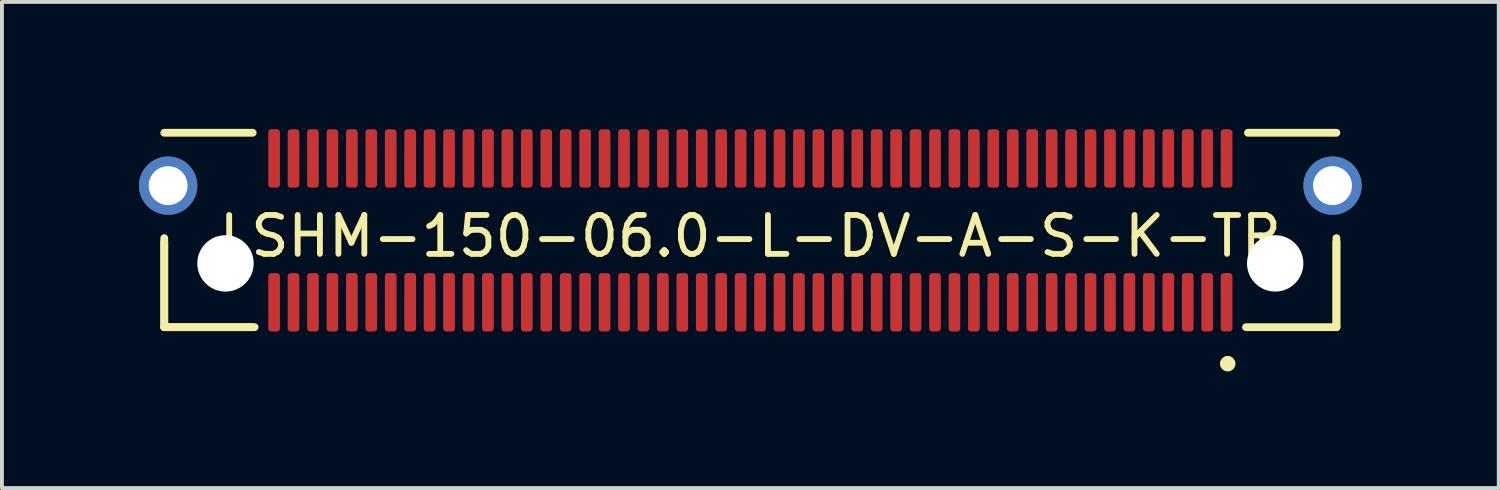
<source format=kicad_pcb>
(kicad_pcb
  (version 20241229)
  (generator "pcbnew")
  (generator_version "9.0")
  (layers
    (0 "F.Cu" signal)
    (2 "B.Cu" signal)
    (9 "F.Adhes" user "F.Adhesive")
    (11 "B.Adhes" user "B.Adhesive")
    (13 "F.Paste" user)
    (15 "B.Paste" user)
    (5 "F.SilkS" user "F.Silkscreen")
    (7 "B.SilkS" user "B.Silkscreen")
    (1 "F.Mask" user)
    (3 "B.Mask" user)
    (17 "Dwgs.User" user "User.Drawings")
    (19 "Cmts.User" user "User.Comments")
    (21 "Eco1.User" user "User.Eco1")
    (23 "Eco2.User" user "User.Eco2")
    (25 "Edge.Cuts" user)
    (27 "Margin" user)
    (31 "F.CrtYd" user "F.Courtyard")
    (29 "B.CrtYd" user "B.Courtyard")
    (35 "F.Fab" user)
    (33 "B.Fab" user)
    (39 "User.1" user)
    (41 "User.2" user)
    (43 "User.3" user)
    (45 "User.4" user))
  (footprint "LSHM-150-06.0-L-DV-A-S-K-TR"
    (layer "F.Cu")
    (at 16.25 3.025)
    (property "Reference" "LSHM-150-06.0-L-DV-A-S-K-TR" (at 0 0 0) (unlocked yes) (layer "F.SilkS") (effects (font (size 1 1) (thickness 0.15))))
    (attr smd)
    (fp_line (start -15.075 0.15) (end -15.075 2.34) (stroke (width 0.2) (type solid)) (layer "F.SilkS"))
    (fp_line (start -15.075 2.34) (end -15.075 0.05) (stroke (width 0.2) (type solid)) (layer "F.SilkS"))
    (fp_line (start -15.075 2.34) (end -12.8 2.34) (stroke (width 0.2) (type solid)) (layer "F.SilkS"))
    (fp_line (start -15.075 2.34) (end -12.75 2.34) (stroke (width 0.2) (type solid)) (layer "F.SilkS"))
    (fp_line (start -12.8 -2.66) (end -15.075 -2.66) (stroke (width 0.2) (type solid)) (layer "F.SilkS"))
    (fp_line (start 12.75 2.34) (end 15.075 2.34) (stroke (width 0.2) (type solid)) (layer "F.SilkS"))
    (fp_line (start 12.8 -2.66) (end 15.075 -2.66) (stroke (width 0.2) (type solid)) (layer "F.SilkS"))
    (fp_line (start 15.075 0.15) (end 15.075 2.34) (stroke (width 0.2) (type solid)) (layer "F.SilkS"))
    (fp_line (start 15.075 2.34) (end 15.075 0.05) (stroke (width 0.2) (type solid)) (layer "F.SilkS"))
    (fp_circle (center 12.279 3.279) (end 12.379 3.279) (stroke (width 0.2) (type solid)) (fill no) (layer "F.SilkS"))
    (fp_circle (center -14.975 -1.3) (end -14.475 -1.3) (stroke (width 1) (type solid)) (fill no) (layer "F.Paste"))
    (fp_circle (center 14.975 -1.3) (end 15.475 -1.3) (stroke (width 1) (type solid)) (fill no) (layer "F.Paste"))
    (fp_line (start -16.225 -3) (end -16.225 2.7) (stroke (width 0.05) (type solid)) (layer "Eco1.User"))
    (fp_line (start -16.225 2.7) (end 16.225 2.7) (stroke (width 0.05) (type solid)) (layer "Eco1.User"))
    (fp_line (start 16.225 -3) (end -16.225 -3) (stroke (width 0.05) (type solid)) (layer "Eco1.User"))
    (fp_line (start 16.225 2.7) (end 16.225 -3) (stroke (width 0.05) (type solid)) (layer "Eco1.User"))
    (fp_line (start -15.075 -2.64) (end -15.075 2.34) (stroke (width 0.1) (type solid)) (layer "Eco2.User"))
    (fp_line (start -15.075 2.34) (end 15.075 2.34) (stroke (width 0.1) (type solid)) (layer "Eco2.User"))
    (fp_line (start 15.075 -2.64) (end -15.075 -2.64) (stroke (width 0.1) (type solid)) (layer "Eco2.User"))
    (fp_line (start 15.075 2.34) (end 15.075 -2.64) (stroke (width 0.1) (type solid)) (layer "Eco2.User"))
    (fp_circle (center 12.279 3.279) (end 12.379 3.279) (stroke (width 0.2) (type solid)) (fill no) (layer "Eco2.User"))
    (pad "" np_thru_hole circle (at -13.5 0.7) (size 1.45 1.45) (drill 1.45) (layers "*.Cu" "*.Mask"))
    (pad "" np_thru_hole circle (at 13.5 0.7) (size 1.45 1.45) (drill 1.45) (layers "*.Cu" "*.Mask"))
    (pad "1" smd roundrect (at 12.25 1.7) (size 0.3 1.5) (layers "F.Cu" "F.Paste") (roundrect_rratio 0.25))
    (pad "2" smd roundrect (at 12.25 -2) (size 0.3 1.5) (layers "F.Cu" "F.Paste") (roundrect_rratio 0.25))
    (pad "3" smd roundrect (at 11.75 1.7) (size 0.3 1.5) (layers "F.Cu" "F.Paste") (roundrect_rratio 0.25))
    (pad "4" smd roundrect (at 11.75 -2) (size 0.3 1.5) (layers "F.Cu" "F.Paste") (roundrect_rratio 0.25))
    (pad "5" smd roundrect (at 11.25 1.7) (size 0.3 1.5) (layers "F.Cu" "F.Paste") (roundrect_rratio 0.25))
    (pad "6" smd roundrect (at 11.25 -2) (size 0.3 1.5) (layers "F.Cu" "F.Paste") (roundrect_rratio 0.25))
    (pad "7" smd roundrect (at 10.75 1.7) (size 0.3 1.5) (layers "F.Cu" "F.Paste") (roundrect_rratio 0.25))
    (pad "8" smd roundrect (at 10.75 -2) (size 0.3 1.5) (layers "F.Cu" "F.Paste") (roundrect_rratio 0.25))
    (pad "9" smd roundrect (at 10.25 1.7) (size 0.3 1.5) (layers "F.Cu" "F.Paste") (roundrect_rratio 0.25))
    (pad "10" smd roundrect (at 10.25 -2) (size 0.3 1.5) (layers "F.Cu" "F.Paste") (roundrect_rratio 0.25))
    (pad "11" smd roundrect (at 9.75 1.7) (size 0.3 1.5) (layers "F.Cu" "F.Paste") (roundrect_rratio 0.25))
    (pad "12" smd roundrect (at 9.75 -2) (size 0.3 1.5) (layers "F.Cu" "F.Paste") (roundrect_rratio 0.25))
    (pad "13" smd roundrect (at 9.25 1.7) (size 0.3 1.5) (layers "F.Cu" "F.Paste") (roundrect_rratio 0.25))
    (pad "14" smd roundrect (at 9.25 -2) (size 0.3 1.5) (layers "F.Cu" "F.Paste") (roundrect_rratio 0.25))
    (pad "15" smd roundrect (at 8.75 1.7) (size 0.3 1.5) (layers "F.Cu" "F.Paste") (roundrect_rratio 0.25))
    (pad "16" smd roundrect (at 8.75 -2) (size 0.3 1.5) (layers "F.Cu" "F.Paste") (roundrect_rratio 0.25))
    (pad "17" smd roundrect (at 8.25 1.7) (size 0.3 1.5) (layers "F.Cu" "F.Paste") (roundrect_rratio 0.25))
    (pad "18" smd roundrect (at 8.25 -2) (size 0.3 1.5) (layers "F.Cu" "F.Paste") (roundrect_rratio 0.25))
    (pad "19" smd roundrect (at 7.75 1.7) (size 0.3 1.5) (layers "F.Cu" "F.Paste") (roundrect_rratio 0.25))
    (pad "20" smd roundrect (at 7.75 -2) (size 0.3 1.5) (layers "F.Cu" "F.Paste") (roundrect_rratio 0.25))
    (pad "21" smd roundrect (at 7.25 1.7) (size 0.3 1.5) (layers "F.Cu" "F.Paste") (roundrect_rratio 0.25))
    (pad "22" smd roundrect (at 7.25 -2) (size 0.3 1.5) (layers "F.Cu" "F.Paste") (roundrect_rratio 0.25))
    (pad "23" smd roundrect (at 6.75 1.7) (size 0.3 1.5) (layers "F.Cu" "F.Paste") (roundrect_rratio 0.25))
    (pad "24" smd roundrect (at 6.75 -2) (size 0.3 1.5) (layers "F.Cu" "F.Paste") (roundrect_rratio 0.25))
    (pad "25" smd roundrect (at 6.25 1.7) (size 0.3 1.5) (layers "F.Cu" "F.Paste") (roundrect_rratio 0.25))
    (pad "26" smd roundrect (at 6.25 -2) (size 0.3 1.5) (layers "F.Cu" "F.Paste") (roundrect_rratio 0.25))
    (pad "27" smd roundrect (at 5.75 1.7) (size 0.3 1.5) (layers "F.Cu" "F.Paste") (roundrect_rratio 0.25))
    (pad "28" smd roundrect (at 5.75 -2) (size 0.3 1.5) (layers "F.Cu" "F.Paste") (roundrect_rratio 0.25))
    (pad "29" smd roundrect (at 5.25 1.7) (size 0.3 1.5) (layers "F.Cu" "F.Paste") (roundrect_rratio 0.25))
    (pad "30" smd roundrect (at 5.25 -2) (size 0.3 1.5) (layers "F.Cu" "F.Paste") (roundrect_rratio 0.25))
    (pad "31" smd roundrect (at 4.75 1.7) (size 0.3 1.5) (layers "F.Cu" "F.Paste") (roundrect_rratio 0.25))
    (pad "32" smd roundrect (at 4.75 -2) (size 0.3 1.5) (layers "F.Cu" "F.Paste") (roundrect_rratio 0.25))
    (pad "33" smd roundrect (at 4.25 1.7) (size 0.3 1.5) (layers "F.Cu" "F.Paste") (roundrect_rratio 0.25))
    (pad "34" smd roundrect (at 4.25 -2) (size 0.3 1.5) (layers "F.Cu" "F.Paste") (roundrect_rratio 0.25))
    (pad "35" smd roundrect (at 3.75 1.7) (size 0.3 1.5) (layers "F.Cu" "F.Paste") (roundrect_rratio 0.25))
    (pad "36" smd roundrect (at 3.75 -2) (size 0.3 1.5) (layers "F.Cu" "F.Paste") (roundrect_rratio 0.25))
    (pad "37" smd roundrect (at 3.25 1.7) (size 0.3 1.5) (layers "F.Cu" "F.Paste") (roundrect_rratio 0.25))
    (pad "38" smd roundrect (at 3.25 -2) (size 0.3 1.5) (layers "F.Cu" "F.Paste") (roundrect_rratio 0.25))
    (pad "39" smd roundrect (at 2.75 1.7) (size 0.3 1.5) (layers "F.Cu" "F.Paste") (roundrect_rratio 0.25))
    (pad "40" smd roundrect (at 2.75 -2) (size 0.3 1.5) (layers "F.Cu" "F.Paste") (roundrect_rratio 0.25))
    (pad "41" smd roundrect (at 2.25 1.7) (size 0.3 1.5) (layers "F.Cu" "F.Paste") (roundrect_rratio 0.25))
    (pad "42" smd roundrect (at 2.25 -2) (size 0.3 1.5) (layers "F.Cu" "F.Paste") (roundrect_rratio 0.25))
    (pad "43" smd roundrect (at 1.75 1.7) (size 0.3 1.5) (layers "F.Cu" "F.Paste") (roundrect_rratio 0.25))
    (pad "44" smd roundrect (at 1.75 -2) (size 0.3 1.5) (layers "F.Cu" "F.Paste") (roundrect_rratio 0.25))
    (pad "45" smd roundrect (at 1.25 1.7) (size 0.3 1.5) (layers "F.Cu" "F.Paste") (roundrect_rratio 0.25))
    (pad "46" smd roundrect (at 1.25 -2) (size 0.3 1.5) (layers "F.Cu" "F.Paste") (roundrect_rratio 0.25))
    (pad "47" smd roundrect (at 0.75 1.7) (size 0.3 1.5) (layers "F.Cu" "F.Paste") (roundrect_rratio 0.25))
    (pad "48" smd roundrect (at 0.75 -2) (size 0.3 1.5) (layers "F.Cu" "F.Paste") (roundrect_rratio 0.25))
    (pad "49" smd roundrect (at 0.25 1.7) (size 0.3 1.5) (layers "F.Cu" "F.Paste") (roundrect_rratio 0.25))
    (pad "50" smd roundrect (at 0.25 -2) (size 0.3 1.5) (layers "F.Cu" "F.Paste") (roundrect_rratio 0.25))
    (pad "51" smd roundrect (at -0.25 1.7) (size 0.3 1.5) (layers "F.Cu" "F.Paste") (roundrect_rratio 0.25))
    (pad "52" smd roundrect (at -0.25 -2) (size 0.3 1.5) (layers "F.Cu" "F.Paste") (roundrect_rratio 0.25))
    (pad "53" smd roundrect (at -0.75 1.7) (size 0.3 1.5) (layers "F.Cu" "F.Paste") (roundrect_rratio 0.25))
    (pad "54" smd roundrect (at -0.75 -2) (size 0.3 1.5) (layers "F.Cu" "F.Paste") (roundrect_rratio 0.25))
    (pad "55" smd roundrect (at -1.25 1.7) (size 0.3 1.5) (layers "F.Cu" "F.Paste") (roundrect_rratio 0.25))
    (pad "56" smd roundrect (at -1.25 -2) (size 0.3 1.5) (layers "F.Cu" "F.Paste") (roundrect_rratio 0.25))
    (pad "57" smd roundrect (at -1.75 1.7) (size 0.3 1.5) (layers "F.Cu" "F.Paste") (roundrect_rratio 0.25))
    (pad "58" smd roundrect (at -1.75 -2) (size 0.3 1.5) (layers "F.Cu" "F.Paste") (roundrect_rratio 0.25))
    (pad "59" smd roundrect (at -2.25 1.7) (size 0.3 1.5) (layers "F.Cu" "F.Paste") (roundrect_rratio 0.25))
    (pad "60" smd roundrect (at -2.25 -2) (size 0.3 1.5) (layers "F.Cu" "F.Paste") (roundrect_rratio 0.25))
    (pad "61" smd roundrect (at -2.75 1.7) (size 0.3 1.5) (layers "F.Cu" "F.Paste") (roundrect_rratio 0.25))
    (pad "62" smd roundrect (at -2.75 -2) (size 0.3 1.5) (layers "F.Cu" "F.Paste") (roundrect_rratio 0.25))
    (pad "63" smd roundrect (at -3.25 1.7) (size 0.3 1.5) (layers "F.Cu" "F.Paste") (roundrect_rratio 0.25))
    (pad "64" smd roundrect (at -3.25 -2) (size 0.3 1.5) (layers "F.Cu" "F.Paste") (roundrect_rratio 0.25))
    (pad "65" smd roundrect (at -3.75 1.7) (size 0.3 1.5) (layers "F.Cu" "F.Paste") (roundrect_rratio 0.25))
    (pad "66" smd roundrect (at -3.75 -2) (size 0.3 1.5) (layers "F.Cu" "F.Paste") (roundrect_rratio 0.25))
    (pad "67" smd roundrect (at -4.25 1.7) (size 0.3 1.5) (layers "F.Cu" "F.Paste") (roundrect_rratio 0.25))
    (pad "68" smd roundrect (at -4.25 -2) (size 0.3 1.5) (layers "F.Cu" "F.Paste") (roundrect_rratio 0.25))
    (pad "69" smd roundrect (at -4.75 1.7) (size 0.3 1.5) (layers "F.Cu" "F.Paste") (roundrect_rratio 0.25))
    (pad "70" smd roundrect (at -4.75 -2) (size 0.3 1.5) (layers "F.Cu" "F.Paste") (roundrect_rratio 0.25))
    (pad "71" smd roundrect (at -5.25 1.7) (size 0.3 1.5) (layers "F.Cu" "F.Paste") (roundrect_rratio 0.25))
    (pad "72" smd roundrect (at -5.25 -2) (size 0.3 1.5) (layers "F.Cu" "F.Paste") (roundrect_rratio 0.25))
    (pad "73" smd roundrect (at -5.75 1.7) (size 0.3 1.5) (layers "F.Cu" "F.Paste") (roundrect_rratio 0.25))
    (pad "74" smd roundrect (at -5.75 -2) (size 0.3 1.5) (layers "F.Cu" "F.Paste") (roundrect_rratio 0.25))
    (pad "75" smd roundrect (at -6.25 1.7) (size 0.3 1.5) (layers "F.Cu" "F.Paste") (roundrect_rratio 0.25))
    (pad "76" smd roundrect (at -6.25 -2) (size 0.3 1.5) (layers "F.Cu" "F.Paste") (roundrect_rratio 0.25))
    (pad "77" smd roundrect (at -6.75 1.7) (size 0.3 1.5) (layers "F.Cu" "F.Paste") (roundrect_rratio 0.25))
    (pad "78" smd roundrect (at -6.75 -2) (size 0.3 1.5) (layers "F.Cu" "F.Paste") (roundrect_rratio 0.25))
    (pad "79" smd roundrect (at -7.25 1.7) (size 0.3 1.5) (layers "F.Cu" "F.Paste") (roundrect_rratio 0.25))
    (pad "80" smd roundrect (at -7.25 -2) (size 0.3 1.5) (layers "F.Cu" "F.Paste") (roundrect_rratio 0.25))
    (pad "81" smd roundrect (at -7.75 1.7) (size 0.3 1.5) (layers "F.Cu" "F.Paste") (roundrect_rratio 0.25))
    (pad "82" smd roundrect (at -7.75 -2) (size 0.3 1.5) (layers "F.Cu" "F.Paste") (roundrect_rratio 0.25))
    (pad "83" smd roundrect (at -8.25 1.7) (size 0.3 1.5) (layers "F.Cu" "F.Paste") (roundrect_rratio 0.25))
    (pad "84" smd roundrect (at -8.25 -2) (size 0.3 1.5) (layers "F.Cu" "F.Paste") (roundrect_rratio 0.25))
    (pad "85" smd roundrect (at -8.75 1.7) (size 0.3 1.5) (layers "F.Cu" "F.Paste") (roundrect_rratio 0.25))
    (pad "86" smd roundrect (at -8.75 -2) (size 0.3 1.5) (layers "F.Cu" "F.Paste") (roundrect_rratio 0.25))
    (pad "87" smd roundrect (at -9.25 1.7) (size 0.3 1.5) (layers "F.Cu" "F.Paste") (roundrect_rratio 0.25))
    (pad "88" smd roundrect (at -9.25 -2) (size 0.3 1.5) (layers "F.Cu" "F.Paste") (roundrect_rratio 0.25))
    (pad "89" smd roundrect (at -9.75 1.7) (size 0.3 1.5) (layers "F.Cu" "F.Paste") (roundrect_rratio 0.25))
    (pad "90" smd roundrect (at -9.75 -2) (size 0.3 1.5) (layers "F.Cu" "F.Paste") (roundrect_rratio 0.25))
    (pad "91" smd roundrect (at -10.25 1.7) (size 0.3 1.5) (layers "F.Cu" "F.Paste") (roundrect_rratio 0.25))
    (pad "92" smd roundrect (at -10.25 -2) (size 0.3 1.5) (layers "F.Cu" "F.Paste") (roundrect_rratio 0.25))
    (pad "93" smd roundrect (at -10.75 1.7) (size 0.3 1.5) (layers "F.Cu" "F.Paste") (roundrect_rratio 0.25))
    (pad "94" smd roundrect (at -10.75 -2) (size 0.3 1.5) (layers "F.Cu" "F.Paste") (roundrect_rratio 0.25))
    (pad "95" smd roundrect (at -11.25 1.7) (size 0.3 1.5) (layers "F.Cu" "F.Paste") (roundrect_rratio 0.25))
    (pad "96" smd roundrect (at -11.25 -2) (size 0.3 1.5) (layers "F.Cu" "F.Paste") (roundrect_rratio 0.25))
    (pad "97" smd roundrect (at -11.75 1.7) (size 0.3 1.5) (layers "F.Cu" "F.Paste") (roundrect_rratio 0.25))
    (pad "98" smd roundrect (at -11.75 -2) (size 0.3 1.5) (layers "F.Cu" "F.Paste") (roundrect_rratio 0.25))
    (pad "99" smd roundrect (at -12.25 1.7) (size 0.3 1.5) (layers "F.Cu" "F.Paste") (roundrect_rratio 0.25))
    (pad "100" smd roundrect (at -12.25 -2) (size 0.3 1.5) (layers "F.Cu" "F.Paste") (roundrect_rratio 0.25))
    (pad "SHIELD" thru_hole circle (at -14.975 -1.3) (size 1.5 1.5) (drill 1) (layers "*.Cu" "*.Mask"))
    (pad "SHIELD" thru_hole circle (at 14.975 -1.3) (size 1.5 1.5) (drill 1) (layers "*.Cu" "*.Mask")))
  (gr_rect
    (start -3 -3)
    (end 35.5 9.504)
    (stroke (width 0.1) (type default))
    (fill no)
    (layer "Edge.Cuts")))
</source>
